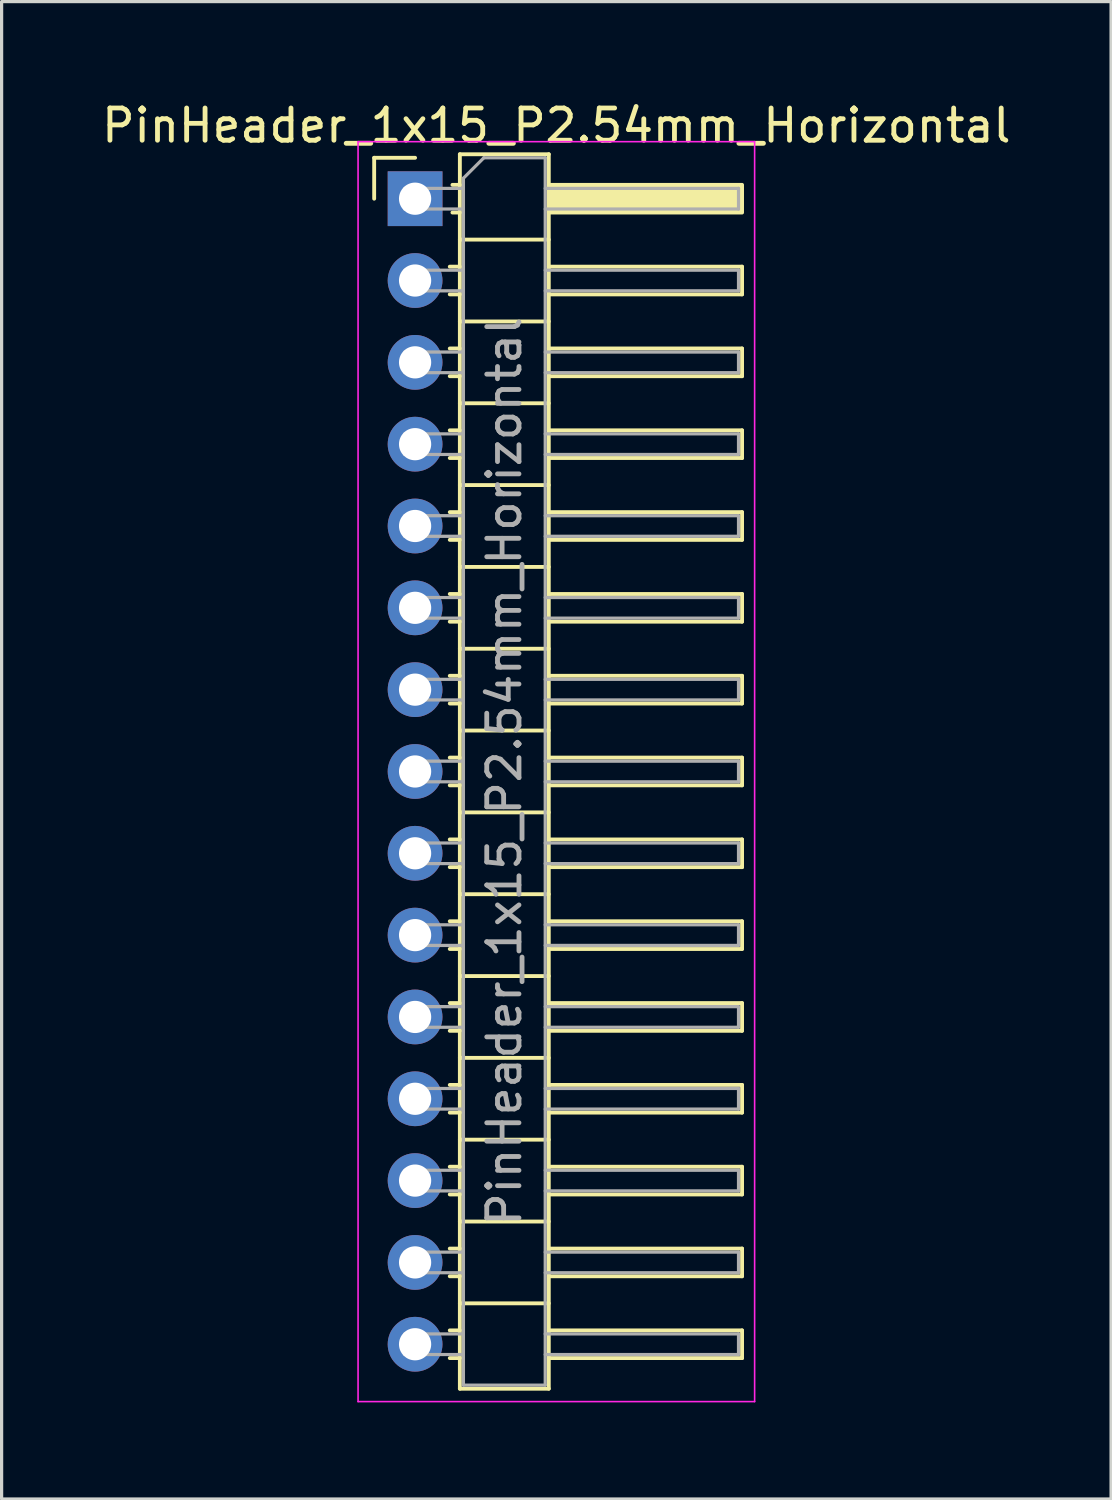
<source format=kicad_pcb>
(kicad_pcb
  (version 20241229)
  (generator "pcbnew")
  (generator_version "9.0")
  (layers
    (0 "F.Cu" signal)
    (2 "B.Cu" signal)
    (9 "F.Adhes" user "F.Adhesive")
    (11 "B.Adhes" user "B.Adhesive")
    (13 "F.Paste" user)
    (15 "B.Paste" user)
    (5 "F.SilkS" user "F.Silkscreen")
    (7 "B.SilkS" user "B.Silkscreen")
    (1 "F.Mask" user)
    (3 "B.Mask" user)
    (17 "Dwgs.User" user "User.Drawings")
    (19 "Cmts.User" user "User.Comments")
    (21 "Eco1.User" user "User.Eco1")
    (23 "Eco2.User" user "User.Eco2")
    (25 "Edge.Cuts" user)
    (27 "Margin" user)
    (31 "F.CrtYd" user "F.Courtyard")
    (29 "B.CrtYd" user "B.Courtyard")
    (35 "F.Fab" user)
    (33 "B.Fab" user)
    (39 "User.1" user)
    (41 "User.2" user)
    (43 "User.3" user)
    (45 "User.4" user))
  (footprint "PinHeader_1x15_P2.54mm_Horizontal"
    (layer "F.Cu")
    (at 9.835 3.118)
    (property "Reference" "PinHeader_1x15_P2.54mm_Horizontal" (at 4.385 -2.27 0) (layer "F.SilkS") (effects (font (size 1 1) (thickness 0.15))))
    (attr through_hole)
    (fp_line (start -1.27 -1.27) (end 0 -1.27) (stroke (width 0.12) (type solid)) (layer "F.SilkS"))
    (fp_line (start -1.27 0) (end -1.27 -1.27) (stroke (width 0.12) (type solid)) (layer "F.SilkS"))
    (fp_line (start 1.077 2.11) (end 1.39 2.11) (stroke (width 0.12) (type solid)) (layer "F.SilkS"))
    (fp_line (start 1.077 2.97) (end 1.39 2.97) (stroke (width 0.12) (type solid)) (layer "F.SilkS"))
    (fp_line (start 1.077 4.65) (end 1.39 4.65) (stroke (width 0.12) (type solid)) (layer "F.SilkS"))
    (fp_line (start 1.077 5.51) (end 1.39 5.51) (stroke (width 0.12) (type solid)) (layer "F.SilkS"))
    (fp_line (start 1.077 7.19) (end 1.39 7.19) (stroke (width 0.12) (type solid)) (layer "F.SilkS"))
    (fp_line (start 1.077 8.05) (end 1.39 8.05) (stroke (width 0.12) (type solid)) (layer "F.SilkS"))
    (fp_line (start 1.077 9.73) (end 1.39 9.73) (stroke (width 0.12) (type solid)) (layer "F.SilkS"))
    (fp_line (start 1.077 10.59) (end 1.39 10.59) (stroke (width 0.12) (type solid)) (layer "F.SilkS"))
    (fp_line (start 1.077 12.27) (end 1.39 12.27) (stroke (width 0.12) (type solid)) (layer "F.SilkS"))
    (fp_line (start 1.077 13.13) (end 1.39 13.13) (stroke (width 0.12) (type solid)) (layer "F.SilkS"))
    (fp_line (start 1.077 14.81) (end 1.39 14.81) (stroke (width 0.12) (type solid)) (layer "F.SilkS"))
    (fp_line (start 1.077 15.67) (end 1.39 15.67) (stroke (width 0.12) (type solid)) (layer "F.SilkS"))
    (fp_line (start 1.077 17.35) (end 1.39 17.35) (stroke (width 0.12) (type solid)) (layer "F.SilkS"))
    (fp_line (start 1.077 18.21) (end 1.39 18.21) (stroke (width 0.12) (type solid)) (layer "F.SilkS"))
    (fp_line (start 1.077 19.89) (end 1.39 19.89) (stroke (width 0.12) (type solid)) (layer "F.SilkS"))
    (fp_line (start 1.077 20.75) (end 1.39 20.75) (stroke (width 0.12) (type solid)) (layer "F.SilkS"))
    (fp_line (start 1.077 22.43) (end 1.39 22.43) (stroke (width 0.12) (type solid)) (layer "F.SilkS"))
    (fp_line (start 1.077 23.29) (end 1.39 23.29) (stroke (width 0.12) (type solid)) (layer "F.SilkS"))
    (fp_line (start 1.077 24.97) (end 1.39 24.97) (stroke (width 0.12) (type solid)) (layer "F.SilkS"))
    (fp_line (start 1.077 25.83) (end 1.39 25.83) (stroke (width 0.12) (type solid)) (layer "F.SilkS"))
    (fp_line (start 1.077 27.51) (end 1.39 27.51) (stroke (width 0.12) (type solid)) (layer "F.SilkS"))
    (fp_line (start 1.077 28.37) (end 1.39 28.37) (stroke (width 0.12) (type solid)) (layer "F.SilkS"))
    (fp_line (start 1.077 30.05) (end 1.39 30.05) (stroke (width 0.12) (type solid)) (layer "F.SilkS"))
    (fp_line (start 1.077 30.91) (end 1.39 30.91) (stroke (width 0.12) (type solid)) (layer "F.SilkS"))
    (fp_line (start 1.077 32.59) (end 1.39 32.59) (stroke (width 0.12) (type solid)) (layer "F.SilkS"))
    (fp_line (start 1.077 33.45) (end 1.39 33.45) (stroke (width 0.12) (type solid)) (layer "F.SilkS"))
    (fp_line (start 1.077 35.13) (end 1.39 35.13) (stroke (width 0.12) (type solid)) (layer "F.SilkS"))
    (fp_line (start 1.077 35.99) (end 1.39 35.99) (stroke (width 0.12) (type solid)) (layer "F.SilkS"))
    (fp_line (start 1.16 -0.43) (end 1.39 -0.43) (stroke (width 0.12) (type solid)) (layer "F.SilkS"))
    (fp_line (start 1.16 0.43) (end 1.39 0.43) (stroke (width 0.12) (type solid)) (layer "F.SilkS"))
    (fp_line (start 1.39 -1.38) (end 1.39 36.94) (stroke (width 0.12) (type solid)) (layer "F.SilkS"))
    (fp_line (start 1.39 1.27) (end 4.15 1.27) (stroke (width 0.12) (type solid)) (layer "F.SilkS"))
    (fp_line (start 1.39 3.81) (end 4.15 3.81) (stroke (width 0.12) (type solid)) (layer "F.SilkS"))
    (fp_line (start 1.39 6.35) (end 4.15 6.35) (stroke (width 0.12) (type solid)) (layer "F.SilkS"))
    (fp_line (start 1.39 8.89) (end 4.15 8.89) (stroke (width 0.12) (type solid)) (layer "F.SilkS"))
    (fp_line (start 1.39 11.43) (end 4.15 11.43) (stroke (width 0.12) (type solid)) (layer "F.SilkS"))
    (fp_line (start 1.39 13.97) (end 4.15 13.97) (stroke (width 0.12) (type solid)) (layer "F.SilkS"))
    (fp_line (start 1.39 16.51) (end 4.15 16.51) (stroke (width 0.12) (type solid)) (layer "F.SilkS"))
    (fp_line (start 1.39 19.05) (end 4.15 19.05) (stroke (width 0.12) (type solid)) (layer "F.SilkS"))
    (fp_line (start 1.39 21.59) (end 4.15 21.59) (stroke (width 0.12) (type solid)) (layer "F.SilkS"))
    (fp_line (start 1.39 24.13) (end 4.15 24.13) (stroke (width 0.12) (type solid)) (layer "F.SilkS"))
    (fp_line (start 1.39 26.67) (end 4.15 26.67) (stroke (width 0.12) (type solid)) (layer "F.SilkS"))
    (fp_line (start 1.39 29.21) (end 4.15 29.21) (stroke (width 0.12) (type solid)) (layer "F.SilkS"))
    (fp_line (start 1.39 31.75) (end 4.15 31.75) (stroke (width 0.12) (type solid)) (layer "F.SilkS"))
    (fp_line (start 1.39 34.29) (end 4.15 34.29) (stroke (width 0.12) (type solid)) (layer "F.SilkS"))
    (fp_line (start 1.39 36.94) (end 4.15 36.94) (stroke (width 0.12) (type solid)) (layer "F.SilkS"))
    (fp_line (start 4.15 -1.38) (end 1.39 -1.38) (stroke (width 0.12) (type solid)) (layer "F.SilkS"))
    (fp_line (start 4.15 2.11) (end 10.15 2.11) (stroke (width 0.12) (type solid)) (layer "F.SilkS"))
    (fp_line (start 4.15 4.65) (end 10.15 4.65) (stroke (width 0.12) (type solid)) (layer "F.SilkS"))
    (fp_line (start 4.15 7.19) (end 10.15 7.19) (stroke (width 0.12) (type solid)) (layer "F.SilkS"))
    (fp_line (start 4.15 9.73) (end 10.15 9.73) (stroke (width 0.12) (type solid)) (layer "F.SilkS"))
    (fp_line (start 4.15 12.27) (end 10.15 12.27) (stroke (width 0.12) (type solid)) (layer "F.SilkS"))
    (fp_line (start 4.15 14.81) (end 10.15 14.81) (stroke (width 0.12) (type solid)) (layer "F.SilkS"))
    (fp_line (start 4.15 17.35) (end 10.15 17.35) (stroke (width 0.12) (type solid)) (layer "F.SilkS"))
    (fp_line (start 4.15 19.89) (end 10.15 19.89) (stroke (width 0.12) (type solid)) (layer "F.SilkS"))
    (fp_line (start 4.15 22.43) (end 10.15 22.43) (stroke (width 0.12) (type solid)) (layer "F.SilkS"))
    (fp_line (start 4.15 24.97) (end 10.15 24.97) (stroke (width 0.12) (type solid)) (layer "F.SilkS"))
    (fp_line (start 4.15 27.51) (end 10.15 27.51) (stroke (width 0.12) (type solid)) (layer "F.SilkS"))
    (fp_line (start 4.15 30.05) (end 10.15 30.05) (stroke (width 0.12) (type solid)) (layer "F.SilkS"))
    (fp_line (start 4.15 32.59) (end 10.15 32.59) (stroke (width 0.12) (type solid)) (layer "F.SilkS"))
    (fp_line (start 4.15 35.13) (end 10.15 35.13) (stroke (width 0.12) (type solid)) (layer "F.SilkS"))
    (fp_line (start 4.15 36.94) (end 4.15 -1.38) (stroke (width 0.12) (type solid)) (layer "F.SilkS"))
    (fp_line (start 10.15 2.11) (end 10.15 2.97) (stroke (width 0.12) (type solid)) (layer "F.SilkS"))
    (fp_line (start 10.15 2.97) (end 4.15 2.97) (stroke (width 0.12) (type solid)) (layer "F.SilkS"))
    (fp_line (start 10.15 4.65) (end 10.15 5.51) (stroke (width 0.12) (type solid)) (layer "F.SilkS"))
    (fp_line (start 10.15 5.51) (end 4.15 5.51) (stroke (width 0.12) (type solid)) (layer "F.SilkS"))
    (fp_line (start 10.15 7.19) (end 10.15 8.05) (stroke (width 0.12) (type solid)) (layer "F.SilkS"))
    (fp_line (start 10.15 8.05) (end 4.15 8.05) (stroke (width 0.12) (type solid)) (layer "F.SilkS"))
    (fp_line (start 10.15 9.73) (end 10.15 10.59) (stroke (width 0.12) (type solid)) (layer "F.SilkS"))
    (fp_line (start 10.15 10.59) (end 4.15 10.59) (stroke (width 0.12) (type solid)) (layer "F.SilkS"))
    (fp_line (start 10.15 12.27) (end 10.15 13.13) (stroke (width 0.12) (type solid)) (layer "F.SilkS"))
    (fp_line (start 10.15 13.13) (end 4.15 13.13) (stroke (width 0.12) (type solid)) (layer "F.SilkS"))
    (fp_line (start 10.15 14.81) (end 10.15 15.67) (stroke (width 0.12) (type solid)) (layer "F.SilkS"))
    (fp_line (start 10.15 15.67) (end 4.15 15.67) (stroke (width 0.12) (type solid)) (layer "F.SilkS"))
    (fp_line (start 10.15 17.35) (end 10.15 18.21) (stroke (width 0.12) (type solid)) (layer "F.SilkS"))
    (fp_line (start 10.15 18.21) (end 4.15 18.21) (stroke (width 0.12) (type solid)) (layer "F.SilkS"))
    (fp_line (start 10.15 19.89) (end 10.15 20.75) (stroke (width 0.12) (type solid)) (layer "F.SilkS"))
    (fp_line (start 10.15 20.75) (end 4.15 20.75) (stroke (width 0.12) (type solid)) (layer "F.SilkS"))
    (fp_line (start 10.15 22.43) (end 10.15 23.29) (stroke (width 0.12) (type solid)) (layer "F.SilkS"))
    (fp_line (start 10.15 23.29) (end 4.15 23.29) (stroke (width 0.12) (type solid)) (layer "F.SilkS"))
    (fp_line (start 10.15 24.97) (end 10.15 25.83) (stroke (width 0.12) (type solid)) (layer "F.SilkS"))
    (fp_line (start 10.15 25.83) (end 4.15 25.83) (stroke (width 0.12) (type solid)) (layer "F.SilkS"))
    (fp_line (start 10.15 27.51) (end 10.15 28.37) (stroke (width 0.12) (type solid)) (layer "F.SilkS"))
    (fp_line (start 10.15 28.37) (end 4.15 28.37) (stroke (width 0.12) (type solid)) (layer "F.SilkS"))
    (fp_line (start 10.15 30.05) (end 10.15 30.91) (stroke (width 0.12) (type solid)) (layer "F.SilkS"))
    (fp_line (start 10.15 30.91) (end 4.15 30.91) (stroke (width 0.12) (type solid)) (layer "F.SilkS"))
    (fp_line (start 10.15 32.59) (end 10.15 33.45) (stroke (width 0.12) (type solid)) (layer "F.SilkS"))
    (fp_line (start 10.15 33.45) (end 4.15 33.45) (stroke (width 0.12) (type solid)) (layer "F.SilkS"))
    (fp_line (start 10.15 35.13) (end 10.15 35.99) (stroke (width 0.12) (type solid)) (layer "F.SilkS"))
    (fp_line (start 10.15 35.99) (end 4.15 35.99) (stroke (width 0.12) (type solid)) (layer "F.SilkS"))
    (fp_rect (start 4.15 -0.43) (end 10.15 0.43) (stroke (width 0.12) (type solid)) (fill yes) (layer "F.SilkS"))
    (fp_line (start -1.77 -1.77) (end -1.77 37.34) (stroke (width 0.05) (type solid)) (layer "F.CrtYd"))
    (fp_line (start -1.77 37.34) (end 10.54 37.34) (stroke (width 0.05) (type solid)) (layer "F.CrtYd"))
    (fp_line (start 10.54 -1.77) (end -1.77 -1.77) (stroke (width 0.05) (type solid)) (layer "F.CrtYd"))
    (fp_line (start 10.54 37.34) (end 10.54 -1.77) (stroke (width 0.05) (type solid)) (layer "F.CrtYd"))
    (fp_line (start -0.32 -0.32) (end -0.32 0.32) (stroke (width 0.1) (type solid)) (layer "F.Fab"))
    (fp_line (start -0.32 -0.32) (end 1.5 -0.32) (stroke (width 0.1) (type solid)) (layer "F.Fab"))
    (fp_line (start -0.32 0.32) (end 1.5 0.32) (stroke (width 0.1) (type solid)) (layer "F.Fab"))
    (fp_line (start -0.32 2.22) (end -0.32 2.86) (stroke (width 0.1) (type solid)) (layer "F.Fab"))
    (fp_line (start -0.32 2.22) (end 1.5 2.22) (stroke (width 0.1) (type solid)) (layer "F.Fab"))
    (fp_line (start -0.32 2.86) (end 1.5 2.86) (stroke (width 0.1) (type solid)) (layer "F.Fab"))
    (fp_line (start -0.32 4.76) (end -0.32 5.4) (stroke (width 0.1) (type solid)) (layer "F.Fab"))
    (fp_line (start -0.32 4.76) (end 1.5 4.76) (stroke (width 0.1) (type solid)) (layer "F.Fab"))
    (fp_line (start -0.32 5.4) (end 1.5 5.4) (stroke (width 0.1) (type solid)) (layer "F.Fab"))
    (fp_line (start -0.32 7.3) (end -0.32 7.94) (stroke (width 0.1) (type solid)) (layer "F.Fab"))
    (fp_line (start -0.32 7.3) (end 1.5 7.3) (stroke (width 0.1) (type solid)) (layer "F.Fab"))
    (fp_line (start -0.32 7.94) (end 1.5 7.94) (stroke (width 0.1) (type solid)) (layer "F.Fab"))
    (fp_line (start -0.32 9.84) (end -0.32 10.48) (stroke (width 0.1) (type solid)) (layer "F.Fab"))
    (fp_line (start -0.32 9.84) (end 1.5 9.84) (stroke (width 0.1) (type solid)) (layer "F.Fab"))
    (fp_line (start -0.32 10.48) (end 1.5 10.48) (stroke (width 0.1) (type solid)) (layer "F.Fab"))
    (fp_line (start -0.32 12.38) (end -0.32 13.02) (stroke (width 0.1) (type solid)) (layer "F.Fab"))
    (fp_line (start -0.32 12.38) (end 1.5 12.38) (stroke (width 0.1) (type solid)) (layer "F.Fab"))
    (fp_line (start -0.32 13.02) (end 1.5 13.02) (stroke (width 0.1) (type solid)) (layer "F.Fab"))
    (fp_line (start -0.32 14.92) (end -0.32 15.56) (stroke (width 0.1) (type solid)) (layer "F.Fab"))
    (fp_line (start -0.32 14.92) (end 1.5 14.92) (stroke (width 0.1) (type solid)) (layer "F.Fab"))
    (fp_line (start -0.32 15.56) (end 1.5 15.56) (stroke (width 0.1) (type solid)) (layer "F.Fab"))
    (fp_line (start -0.32 17.46) (end -0.32 18.1) (stroke (width 0.1) (type solid)) (layer "F.Fab"))
    (fp_line (start -0.32 17.46) (end 1.5 17.46) (stroke (width 0.1) (type solid)) (layer "F.Fab"))
    (fp_line (start -0.32 18.1) (end 1.5 18.1) (stroke (width 0.1) (type solid)) (layer "F.Fab"))
    (fp_line (start -0.32 20) (end -0.32 20.64) (stroke (width 0.1) (type solid)) (layer "F.Fab"))
    (fp_line (start -0.32 20) (end 1.5 20) (stroke (width 0.1) (type solid)) (layer "F.Fab"))
    (fp_line (start -0.32 20.64) (end 1.5 20.64) (stroke (width 0.1) (type solid)) (layer "F.Fab"))
    (fp_line (start -0.32 22.54) (end -0.32 23.18) (stroke (width 0.1) (type solid)) (layer "F.Fab"))
    (fp_line (start -0.32 22.54) (end 1.5 22.54) (stroke (width 0.1) (type solid)) (layer "F.Fab"))
    (fp_line (start -0.32 23.18) (end 1.5 23.18) (stroke (width 0.1) (type solid)) (layer "F.Fab"))
    (fp_line (start -0.32 25.08) (end -0.32 25.72) (stroke (width 0.1) (type solid)) (layer "F.Fab"))
    (fp_line (start -0.32 25.08) (end 1.5 25.08) (stroke (width 0.1) (type solid)) (layer "F.Fab"))
    (fp_line (start -0.32 25.72) (end 1.5 25.72) (stroke (width 0.1) (type solid)) (layer "F.Fab"))
    (fp_line (start -0.32 27.62) (end -0.32 28.26) (stroke (width 0.1) (type solid)) (layer "F.Fab"))
    (fp_line (start -0.32 27.62) (end 1.5 27.62) (stroke (width 0.1) (type solid)) (layer "F.Fab"))
    (fp_line (start -0.32 28.26) (end 1.5 28.26) (stroke (width 0.1) (type solid)) (layer "F.Fab"))
    (fp_line (start -0.32 30.16) (end -0.32 30.8) (stroke (width 0.1) (type solid)) (layer "F.Fab"))
    (fp_line (start -0.32 30.16) (end 1.5 30.16) (stroke (width 0.1) (type solid)) (layer "F.Fab"))
    (fp_line (start -0.32 30.8) (end 1.5 30.8) (stroke (width 0.1) (type solid)) (layer "F.Fab"))
    (fp_line (start -0.32 32.7) (end -0.32 33.34) (stroke (width 0.1) (type solid)) (layer "F.Fab"))
    (fp_line (start -0.32 32.7) (end 1.5 32.7) (stroke (width 0.1) (type solid)) (layer "F.Fab"))
    (fp_line (start -0.32 33.34) (end 1.5 33.34) (stroke (width 0.1) (type solid)) (layer "F.Fab"))
    (fp_line (start -0.32 35.24) (end -0.32 35.88) (stroke (width 0.1) (type solid)) (layer "F.Fab"))
    (fp_line (start -0.32 35.24) (end 1.5 35.24) (stroke (width 0.1) (type solid)) (layer "F.Fab"))
    (fp_line (start -0.32 35.88) (end 1.5 35.88) (stroke (width 0.1) (type solid)) (layer "F.Fab"))
    (fp_line (start 1.5 -0.635) (end 2.135 -1.27) (stroke (width 0.1) (type solid)) (layer "F.Fab"))
    (fp_line (start 1.5 36.83) (end 1.5 -0.635) (stroke (width 0.1) (type solid)) (layer "F.Fab"))
    (fp_line (start 2.135 -1.27) (end 4.04 -1.27) (stroke (width 0.1) (type solid)) (layer "F.Fab"))
    (fp_line (start 4.04 -1.27) (end 4.04 36.83) (stroke (width 0.1) (type solid)) (layer "F.Fab"))
    (fp_line (start 4.04 -0.32) (end 10.04 -0.32) (stroke (width 0.1) (type solid)) (layer "F.Fab"))
    (fp_line (start 4.04 0.32) (end 10.04 0.32) (stroke (width 0.1) (type solid)) (layer "F.Fab"))
    (fp_line (start 4.04 2.22) (end 10.04 2.22) (stroke (width 0.1) (type solid)) (layer "F.Fab"))
    (fp_line (start 4.04 2.86) (end 10.04 2.86) (stroke (width 0.1) (type solid)) (layer "F.Fab"))
    (fp_line (start 4.04 4.76) (end 10.04 4.76) (stroke (width 0.1) (type solid)) (layer "F.Fab"))
    (fp_line (start 4.04 5.4) (end 10.04 5.4) (stroke (width 0.1) (type solid)) (layer "F.Fab"))
    (fp_line (start 4.04 7.3) (end 10.04 7.3) (stroke (width 0.1) (type solid)) (layer "F.Fab"))
    (fp_line (start 4.04 7.94) (end 10.04 7.94) (stroke (width 0.1) (type solid)) (layer "F.Fab"))
    (fp_line (start 4.04 9.84) (end 10.04 9.84) (stroke (width 0.1) (type solid)) (layer "F.Fab"))
    (fp_line (start 4.04 10.48) (end 10.04 10.48) (stroke (width 0.1) (type solid)) (layer "F.Fab"))
    (fp_line (start 4.04 12.38) (end 10.04 12.38) (stroke (width 0.1) (type solid)) (layer "F.Fab"))
    (fp_line (start 4.04 13.02) (end 10.04 13.02) (stroke (width 0.1) (type solid)) (layer "F.Fab"))
    (fp_line (start 4.04 14.92) (end 10.04 14.92) (stroke (width 0.1) (type solid)) (layer "F.Fab"))
    (fp_line (start 4.04 15.56) (end 10.04 15.56) (stroke (width 0.1) (type solid)) (layer "F.Fab"))
    (fp_line (start 4.04 17.46) (end 10.04 17.46) (stroke (width 0.1) (type solid)) (layer "F.Fab"))
    (fp_line (start 4.04 18.1) (end 10.04 18.1) (stroke (width 0.1) (type solid)) (layer "F.Fab"))
    (fp_line (start 4.04 20) (end 10.04 20) (stroke (width 0.1) (type solid)) (layer "F.Fab"))
    (fp_line (start 4.04 20.64) (end 10.04 20.64) (stroke (width 0.1) (type solid)) (layer "F.Fab"))
    (fp_line (start 4.04 22.54) (end 10.04 22.54) (stroke (width 0.1) (type solid)) (layer "F.Fab"))
    (fp_line (start 4.04 23.18) (end 10.04 23.18) (stroke (width 0.1) (type solid)) (layer "F.Fab"))
    (fp_line (start 4.04 25.08) (end 10.04 25.08) (stroke (width 0.1) (type solid)) (layer "F.Fab"))
    (fp_line (start 4.04 25.72) (end 10.04 25.72) (stroke (width 0.1) (type solid)) (layer "F.Fab"))
    (fp_line (start 4.04 27.62) (end 10.04 27.62) (stroke (width 0.1) (type solid)) (layer "F.Fab"))
    (fp_line (start 4.04 28.26) (end 10.04 28.26) (stroke (width 0.1) (type solid)) (layer "F.Fab"))
    (fp_line (start 4.04 30.16) (end 10.04 30.16) (stroke (width 0.1) (type solid)) (layer "F.Fab"))
    (fp_line (start 4.04 30.8) (end 10.04 30.8) (stroke (width 0.1) (type solid)) (layer "F.Fab"))
    (fp_line (start 4.04 32.7) (end 10.04 32.7) (stroke (width 0.1) (type solid)) (layer "F.Fab"))
    (fp_line (start 4.04 33.34) (end 10.04 33.34) (stroke (width 0.1) (type solid)) (layer "F.Fab"))
    (fp_line (start 4.04 35.24) (end 10.04 35.24) (stroke (width 0.1) (type solid)) (layer "F.Fab"))
    (fp_line (start 4.04 35.88) (end 10.04 35.88) (stroke (width 0.1) (type solid)) (layer "F.Fab"))
    (fp_line (start 4.04 36.83) (end 1.5 36.83) (stroke (width 0.1) (type solid)) (layer "F.Fab"))
    (fp_line (start 10.04 -0.32) (end 10.04 0.32) (stroke (width 0.1) (type solid)) (layer "F.Fab"))
    (fp_line (start 10.04 2.22) (end 10.04 2.86) (stroke (width 0.1) (type solid)) (layer "F.Fab"))
    (fp_line (start 10.04 4.76) (end 10.04 5.4) (stroke (width 0.1) (type solid)) (layer "F.Fab"))
    (fp_line (start 10.04 7.3) (end 10.04 7.94) (stroke (width 0.1) (type solid)) (layer "F.Fab"))
    (fp_line (start 10.04 9.84) (end 10.04 10.48) (stroke (width 0.1) (type solid)) (layer "F.Fab"))
    (fp_line (start 10.04 12.38) (end 10.04 13.02) (stroke (width 0.1) (type solid)) (layer "F.Fab"))
    (fp_line (start 10.04 14.92) (end 10.04 15.56) (stroke (width 0.1) (type solid)) (layer "F.Fab"))
    (fp_line (start 10.04 17.46) (end 10.04 18.1) (stroke (width 0.1) (type solid)) (layer "F.Fab"))
    (fp_line (start 10.04 20) (end 10.04 20.64) (stroke (width 0.1) (type solid)) (layer "F.Fab"))
    (fp_line (start 10.04 22.54) (end 10.04 23.18) (stroke (width 0.1) (type solid)) (layer "F.Fab"))
    (fp_line (start 10.04 25.08) (end 10.04 25.72) (stroke (width 0.1) (type solid)) (layer "F.Fab"))
    (fp_line (start 10.04 27.62) (end 10.04 28.26) (stroke (width 0.1) (type solid)) (layer "F.Fab"))
    (fp_line (start 10.04 30.16) (end 10.04 30.8) (stroke (width 0.1) (type solid)) (layer "F.Fab"))
    (fp_line (start 10.04 32.7) (end 10.04 33.34) (stroke (width 0.1) (type solid)) (layer "F.Fab"))
    (fp_line (start 10.04 35.24) (end 10.04 35.88) (stroke (width 0.1) (type solid)) (layer "F.Fab"))
    (fp_text user "${REFERENCE}" (at 2.77 17.78 90) (layer "F.Fab") (effects (font (size 1 1) (thickness 0.15))))
    (pad "1" thru_hole rect (at 0 0) (size 1.7 1.7) (drill 1) (layers "*.Cu" "*.Mask"))
    (pad "2" thru_hole circle (at 0 2.54) (size 1.7 1.7) (drill 1) (layers "*.Cu" "*.Mask"))
    (pad "3" thru_hole circle (at 0 5.08) (size 1.7 1.7) (drill 1) (layers "*.Cu" "*.Mask"))
    (pad "4" thru_hole circle (at 0 7.62) (size 1.7 1.7) (drill 1) (layers "*.Cu" "*.Mask"))
    (pad "5" thru_hole circle (at 0 10.16) (size 1.7 1.7) (drill 1) (layers "*.Cu" "*.Mask"))
    (pad "6" thru_hole circle (at 0 12.7) (size 1.7 1.7) (drill 1) (layers "*.Cu" "*.Mask"))
    (pad "7" thru_hole circle (at 0 15.24) (size 1.7 1.7) (drill 1) (layers "*.Cu" "*.Mask"))
    (pad "8" thru_hole circle (at 0 17.78) (size 1.7 1.7) (drill 1) (layers "*.Cu" "*.Mask"))
    (pad "9" thru_hole circle (at 0 20.32) (size 1.7 1.7) (drill 1) (layers "*.Cu" "*.Mask"))
    (pad "10" thru_hole circle (at 0 22.86) (size 1.7 1.7) (drill 1) (layers "*.Cu" "*.Mask"))
    (pad "11" thru_hole circle (at 0 25.4) (size 1.7 1.7) (drill 1) (layers "*.Cu" "*.Mask"))
    (pad "12" thru_hole circle (at 0 27.94) (size 1.7 1.7) (drill 1) (layers "*.Cu" "*.Mask"))
    (pad "13" thru_hole circle (at 0 30.48) (size 1.7 1.7) (drill 1) (layers "*.Cu" "*.Mask"))
    (pad "14" thru_hole circle (at 0 33.02) (size 1.7 1.7) (drill 1) (layers "*.Cu" "*.Mask"))
    (pad "15" thru_hole circle (at 0 35.56) (size 1.7 1.7) (drill 1) (layers "*.Cu" "*.Mask")))
  (gr_rect
    (start -3 -3)
    (end 31.44 43.483)
    (stroke (width 0.1) (type default))
    (fill no)
    (layer "Edge.Cuts")))
</source>
